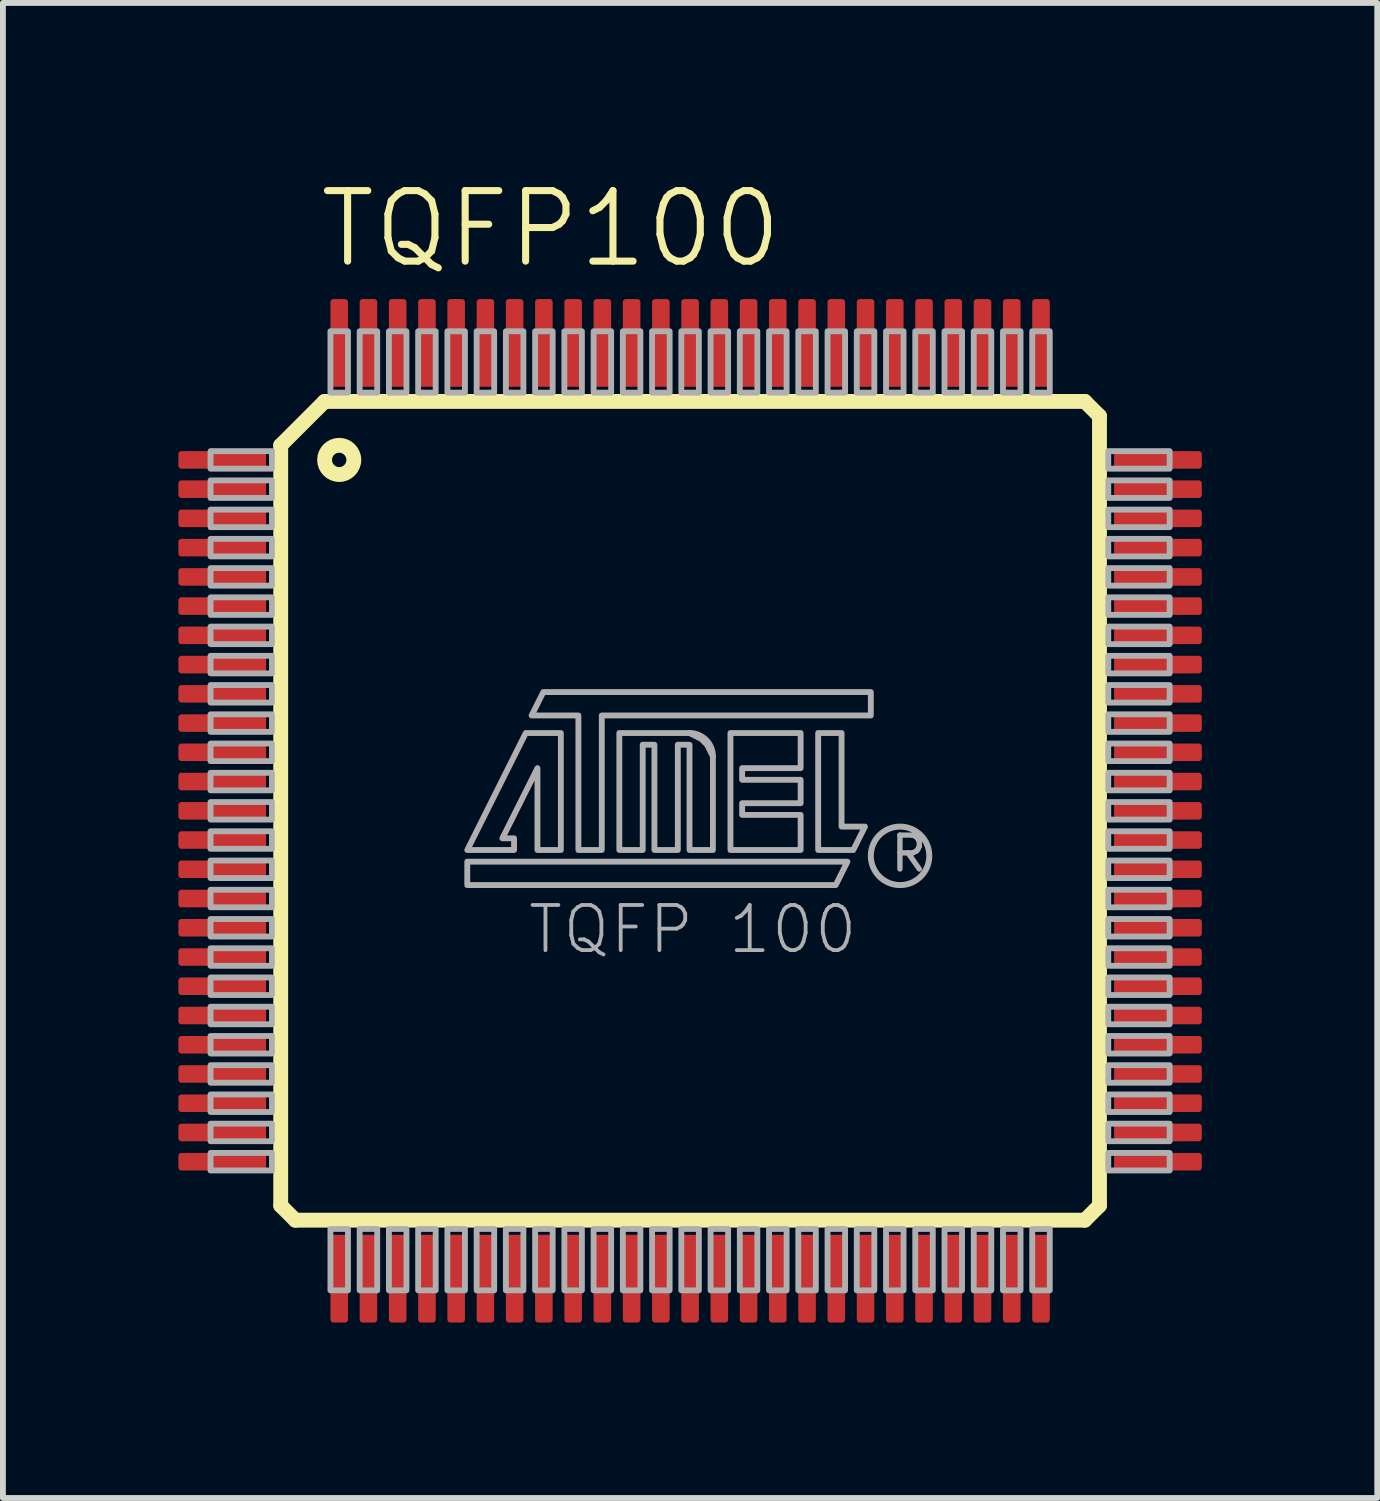
<source format=kicad_pcb>
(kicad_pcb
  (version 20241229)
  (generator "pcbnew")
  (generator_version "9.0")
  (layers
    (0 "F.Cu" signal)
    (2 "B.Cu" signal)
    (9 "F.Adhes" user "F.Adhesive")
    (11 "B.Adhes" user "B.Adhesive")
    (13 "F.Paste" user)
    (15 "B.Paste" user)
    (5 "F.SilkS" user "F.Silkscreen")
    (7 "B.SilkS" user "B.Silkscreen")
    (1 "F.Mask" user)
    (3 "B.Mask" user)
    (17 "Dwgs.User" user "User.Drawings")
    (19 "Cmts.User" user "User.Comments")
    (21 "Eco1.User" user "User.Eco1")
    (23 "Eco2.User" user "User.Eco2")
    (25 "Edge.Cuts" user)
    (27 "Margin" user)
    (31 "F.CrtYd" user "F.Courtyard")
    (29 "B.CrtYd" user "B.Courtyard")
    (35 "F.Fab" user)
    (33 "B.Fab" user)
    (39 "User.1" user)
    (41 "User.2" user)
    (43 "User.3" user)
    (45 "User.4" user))
  (footprint "TQFP100"
    (layer "F.Cu")
    (at 8.75 10.814)
    (property "Reference" "TQFP100" (at -6.395 -9.245 0) (layer "F.SilkS") (effects (font (size 1.206 1.206) (thickness 0.121)) (justify left bottom)))
    (attr through_hole)
    (fp_line (start -7 -6.25) (end -6.25 -7) (stroke (width 0.254) (type solid)) (layer "F.SilkS"))
    (fp_line (start -7 6.75) (end -7 -6.25) (stroke (width 0.254) (type solid)) (layer "F.SilkS"))
    (fp_line (start -6.75 7) (end -7 6.75) (stroke (width 0.254) (type solid)) (layer "F.SilkS"))
    (fp_line (start -6.25 -7) (end 6.75 -7) (stroke (width 0.254) (type solid)) (layer "F.SilkS"))
    (fp_line (start 6.75 -7) (end 7 -6.75) (stroke (width 0.254) (type solid)) (layer "F.SilkS"))
    (fp_line (start 6.75 7) (end -6.75 7) (stroke (width 0.254) (type solid)) (layer "F.SilkS"))
    (fp_line (start 7 -6.75) (end 7 6.75) (stroke (width 0.254) (type solid)) (layer "F.SilkS"))
    (fp_line (start 7 6.75) (end 6.75 7) (stroke (width 0.254) (type solid)) (layer "F.SilkS"))
    (fp_circle (center -6 -6) (end -5.75 -6) (stroke (width 0.254) (type solid)) (fill no) (layer "F.SilkS"))
    (fp_arc (start -0.0099 -1.3298) (mid 0.272872 -1.212672) (end 0.39 -0.9299) (stroke (width 0.1016) (type solid)) (layer "F.Fab"))
    (fp_circle (center 3.59 0.77) (end 4.09 0.77) (stroke (width 0.102) (type solid)) (fill no) (layer "F.Fab"))
    (fp_poly (pts (xy -8.2 -5.85) (xy -7.15 -5.85) (xy -7.15 -6.15) (xy -8.2 -6.15)) (stroke (width 0.1) (type solid)) (fill no) (layer "F.Fab"))
    (fp_poly (pts (xy -8.2 -5.35) (xy -7.15 -5.35) (xy -7.15 -5.65) (xy -8.2 -5.65)) (stroke (width 0.1) (type solid)) (fill no) (layer "F.Fab"))
    (fp_poly (pts (xy -8.2 -4.85) (xy -7.15 -4.85) (xy -7.15 -5.15) (xy -8.2 -5.15)) (stroke (width 0.1) (type solid)) (fill no) (layer "F.Fab"))
    (fp_poly (pts (xy -8.2 -4.35) (xy -7.15 -4.35) (xy -7.15 -4.65) (xy -8.2 -4.65)) (stroke (width 0.1) (type solid)) (fill no) (layer "F.Fab"))
    (fp_poly (pts (xy -8.2 -3.85) (xy -7.15 -3.85) (xy -7.15 -4.15) (xy -8.2 -4.15)) (stroke (width 0.1) (type solid)) (fill no) (layer "F.Fab"))
    (fp_poly (pts (xy -8.2 -3.35) (xy -7.15 -3.35) (xy -7.15 -3.65) (xy -8.2 -3.65)) (stroke (width 0.1) (type solid)) (fill no) (layer "F.Fab"))
    (fp_poly (pts (xy -8.2 -2.85) (xy -7.15 -2.85) (xy -7.15 -3.15) (xy -8.2 -3.15)) (stroke (width 0.1) (type solid)) (fill no) (layer "F.Fab"))
    (fp_poly (pts (xy -8.2 -2.35) (xy -7.15 -2.35) (xy -7.15 -2.65) (xy -8.2 -2.65)) (stroke (width 0.1) (type solid)) (fill no) (layer "F.Fab"))
    (fp_poly (pts (xy -8.2 -1.85) (xy -7.15 -1.85) (xy -7.15 -2.15) (xy -8.2 -2.15)) (stroke (width 0.1) (type solid)) (fill no) (layer "F.Fab"))
    (fp_poly (pts (xy -8.2 -1.35) (xy -7.15 -1.35) (xy -7.15 -1.65) (xy -8.2 -1.65)) (stroke (width 0.1) (type solid)) (fill no) (layer "F.Fab"))
    (fp_poly (pts (xy -8.2 -0.85) (xy -7.15 -0.85) (xy -7.15 -1.15) (xy -8.2 -1.15)) (stroke (width 0.1) (type solid)) (fill no) (layer "F.Fab"))
    (fp_poly (pts (xy -8.2 -0.35) (xy -7.15 -0.35) (xy -7.15 -0.65) (xy -8.2 -0.65)) (stroke (width 0.1) (type solid)) (fill no) (layer "F.Fab"))
    (fp_poly (pts (xy -8.2 0.15) (xy -7.15 0.15) (xy -7.15 -0.15) (xy -8.2 -0.15)) (stroke (width 0.1) (type solid)) (fill no) (layer "F.Fab"))
    (fp_poly (pts (xy -8.2 0.65) (xy -7.15 0.65) (xy -7.15 0.35) (xy -8.2 0.35)) (stroke (width 0.1) (type solid)) (fill no) (layer "F.Fab"))
    (fp_poly (pts (xy -8.2 1.15) (xy -7.15 1.15) (xy -7.15 0.85) (xy -8.2 0.85)) (stroke (width 0.1) (type solid)) (fill no) (layer "F.Fab"))
    (fp_poly (pts (xy -8.2 1.65) (xy -7.15 1.65) (xy -7.15 1.35) (xy -8.2 1.35)) (stroke (width 0.1) (type solid)) (fill no) (layer "F.Fab"))
    (fp_poly (pts (xy -8.2 2.15) (xy -7.15 2.15) (xy -7.15 1.85) (xy -8.2 1.85)) (stroke (width 0.1) (type solid)) (fill no) (layer "F.Fab"))
    (fp_poly (pts (xy -8.2 2.65) (xy -7.15 2.65) (xy -7.15 2.35) (xy -8.2 2.35)) (stroke (width 0.1) (type solid)) (fill no) (layer "F.Fab"))
    (fp_poly (pts (xy -8.2 3.15) (xy -7.15 3.15) (xy -7.15 2.85) (xy -8.2 2.85)) (stroke (width 0.1) (type solid)) (fill no) (layer "F.Fab"))
    (fp_poly (pts (xy -8.2 3.65) (xy -7.15 3.65) (xy -7.15 3.35) (xy -8.2 3.35)) (stroke (width 0.1) (type solid)) (fill no) (layer "F.Fab"))
    (fp_poly (pts (xy -8.2 4.15) (xy -7.15 4.15) (xy -7.15 3.85) (xy -8.2 3.85)) (stroke (width 0.1) (type solid)) (fill no) (layer "F.Fab"))
    (fp_poly (pts (xy -8.2 4.65) (xy -7.15 4.65) (xy -7.15 4.35) (xy -8.2 4.35)) (stroke (width 0.1) (type solid)) (fill no) (layer "F.Fab"))
    (fp_poly (pts (xy -8.2 5.15) (xy -7.15 5.15) (xy -7.15 4.85) (xy -8.2 4.85)) (stroke (width 0.1) (type solid)) (fill no) (layer "F.Fab"))
    (fp_poly (pts (xy -8.2 5.65) (xy -7.15 5.65) (xy -7.15 5.35) (xy -8.2 5.35)) (stroke (width 0.1) (type solid)) (fill no) (layer "F.Fab"))
    (fp_poly (pts (xy -8.2 6.15) (xy -7.15 6.15) (xy -7.15 5.85) (xy -8.2 5.85)) (stroke (width 0.1) (type solid)) (fill no) (layer "F.Fab"))
    (fp_poly (pts (xy -6.15 -7.15) (xy -5.85 -7.15) (xy -5.85 -8.2) (xy -6.15 -8.2)) (stroke (width 0.1) (type solid)) (fill no) (layer "F.Fab"))
    (fp_poly (pts (xy -6.15 8.2) (xy -5.85 8.2) (xy -5.85 7.15) (xy -6.15 7.15)) (stroke (width 0.1) (type solid)) (fill no) (layer "F.Fab"))
    (fp_poly (pts (xy -5.65 -7.15) (xy -5.35 -7.15) (xy -5.35 -8.2) (xy -5.65 -8.2)) (stroke (width 0.1) (type solid)) (fill no) (layer "F.Fab"))
    (fp_poly (pts (xy -5.65 8.2) (xy -5.35 8.2) (xy -5.35 7.15) (xy -5.65 7.15)) (stroke (width 0.1) (type solid)) (fill no) (layer "F.Fab"))
    (fp_poly (pts (xy -5.15 -7.15) (xy -4.85 -7.15) (xy -4.85 -8.2) (xy -5.15 -8.2)) (stroke (width 0.1) (type solid)) (fill no) (layer "F.Fab"))
    (fp_poly (pts (xy -5.15 8.2) (xy -4.85 8.2) (xy -4.85 7.15) (xy -5.15 7.15)) (stroke (width 0.1) (type solid)) (fill no) (layer "F.Fab"))
    (fp_poly (pts (xy -4.65 -7.15) (xy -4.35 -7.15) (xy -4.35 -8.2) (xy -4.65 -8.2)) (stroke (width 0.1) (type solid)) (fill no) (layer "F.Fab"))
    (fp_poly (pts (xy -4.65 8.2) (xy -4.35 8.2) (xy -4.35 7.15) (xy -4.65 7.15)) (stroke (width 0.1) (type solid)) (fill no) (layer "F.Fab"))
    (fp_poly (pts (xy -4.15 -7.15) (xy -3.85 -7.15) (xy -3.85 -8.2) (xy -4.15 -8.2)) (stroke (width 0.1) (type solid)) (fill no) (layer "F.Fab"))
    (fp_poly (pts (xy -4.15 8.2) (xy -3.85 8.2) (xy -3.85 7.15) (xy -4.15 7.15)) (stroke (width 0.1) (type solid)) (fill no) (layer "F.Fab"))
    (fp_poly (pts (xy -3.81 0.87) (xy -3.81 1.27) (xy 2.49 1.27) (xy 2.69 0.87)) (stroke (width 0.1) (type solid)) (fill no) (layer "F.Fab"))
    (fp_poly (pts (xy -3.65 -7.15) (xy -3.35 -7.15) (xy -3.35 -8.2) (xy -3.65 -8.2)) (stroke (width 0.1) (type solid)) (fill no) (layer "F.Fab"))
    (fp_poly (pts (xy -3.65 8.2) (xy -3.35 8.2) (xy -3.35 7.15) (xy -3.65 7.15)) (stroke (width 0.1) (type solid)) (fill no) (layer "F.Fab"))
    (fp_poly (pts (xy -3.15 -7.15) (xy -2.85 -7.15) (xy -2.85 -8.2) (xy -3.15 -8.2)) (stroke (width 0.1) (type solid)) (fill no) (layer "F.Fab"))
    (fp_poly (pts (xy -3.15 8.2) (xy -2.85 8.2) (xy -2.85 7.15) (xy -3.15 7.15)) (stroke (width 0.1) (type solid)) (fill no) (layer "F.Fab"))
    (fp_poly (pts (xy -2.65 -7.15) (xy -2.35 -7.15) (xy -2.35 -8.2) (xy -2.65 -8.2)) (stroke (width 0.1) (type solid)) (fill no) (layer "F.Fab"))
    (fp_poly (pts (xy -2.65 8.2) (xy -2.35 8.2) (xy -2.35 7.15) (xy -2.65 7.15)) (stroke (width 0.1) (type solid)) (fill no) (layer "F.Fab"))
    (fp_poly (pts (xy -2.15 -7.15) (xy -1.85 -7.15) (xy -1.85 -8.2) (xy -2.15 -8.2)) (stroke (width 0.1) (type solid)) (fill no) (layer "F.Fab"))
    (fp_poly (pts (xy -2.15 8.2) (xy -1.85 8.2) (xy -1.85 7.15) (xy -2.15 7.15)) (stroke (width 0.1) (type solid)) (fill no) (layer "F.Fab"))
    (fp_poly (pts (xy -1.65 -7.15) (xy -1.35 -7.15) (xy -1.35 -8.2) (xy -1.65 -8.2)) (stroke (width 0.1) (type solid)) (fill no) (layer "F.Fab"))
    (fp_poly (pts (xy -1.65 8.2) (xy -1.35 8.2) (xy -1.35 7.15) (xy -1.65 7.15)) (stroke (width 0.1) (type solid)) (fill no) (layer "F.Fab"))
    (fp_poly (pts (xy -1.15 -7.15) (xy -0.85 -7.15) (xy -0.85 -8.2) (xy -1.15 -8.2)) (stroke (width 0.1) (type solid)) (fill no) (layer "F.Fab"))
    (fp_poly (pts (xy -1.15 8.2) (xy -0.85 8.2) (xy -0.85 7.15) (xy -1.15 7.15)) (stroke (width 0.1) (type solid)) (fill no) (layer "F.Fab"))
    (fp_poly (pts (xy -0.65 -7.15) (xy -0.35 -7.15) (xy -0.35 -8.2) (xy -0.65 -8.2)) (stroke (width 0.1) (type solid)) (fill no) (layer "F.Fab"))
    (fp_poly (pts (xy -0.65 8.2) (xy -0.35 8.2) (xy -0.35 7.15) (xy -0.65 7.15)) (stroke (width 0.1) (type solid)) (fill no) (layer "F.Fab"))
    (fp_poly (pts (xy -0.15 -7.15) (xy 0.15 -7.15) (xy 0.15 -8.2) (xy -0.15 -8.2)) (stroke (width 0.1) (type solid)) (fill no) (layer "F.Fab"))
    (fp_poly (pts (xy -0.15 8.2) (xy 0.15 8.2) (xy 0.15 7.15) (xy -0.15 7.15)) (stroke (width 0.1) (type solid)) (fill no) (layer "F.Fab"))
    (fp_poly (pts (xy 0.35 -7.15) (xy 0.65 -7.15) (xy 0.65 -8.2) (xy 0.35 -8.2)) (stroke (width 0.1) (type solid)) (fill no) (layer "F.Fab"))
    (fp_poly (pts (xy 0.35 8.2) (xy 0.65 8.2) (xy 0.65 7.15) (xy 0.35 7.15)) (stroke (width 0.1) (type solid)) (fill no) (layer "F.Fab"))
    (fp_poly (pts (xy 0.85 -7.15) (xy 1.15 -7.15) (xy 1.15 -8.2) (xy 0.85 -8.2)) (stroke (width 0.1) (type solid)) (fill no) (layer "F.Fab"))
    (fp_poly (pts (xy 0.85 8.2) (xy 1.15 8.2) (xy 1.15 7.15) (xy 0.85 7.15)) (stroke (width 0.1) (type solid)) (fill no) (layer "F.Fab"))
    (fp_poly (pts (xy 1.35 -7.15) (xy 1.65 -7.15) (xy 1.65 -8.2) (xy 1.35 -8.2)) (stroke (width 0.1) (type solid)) (fill no) (layer "F.Fab"))
    (fp_poly (pts (xy 1.35 8.2) (xy 1.65 8.2) (xy 1.65 7.15) (xy 1.35 7.15)) (stroke (width 0.1) (type solid)) (fill no) (layer "F.Fab"))
    (fp_poly (pts (xy 1.85 -7.15) (xy 2.15 -7.15) (xy 2.15 -8.2) (xy 1.85 -8.2)) (stroke (width 0.1) (type solid)) (fill no) (layer "F.Fab"))
    (fp_poly (pts (xy 1.85 8.2) (xy 2.15 8.2) (xy 2.15 7.15) (xy 1.85 7.15)) (stroke (width 0.1) (type solid)) (fill no) (layer "F.Fab"))
    (fp_poly (pts (xy 2.35 -7.15) (xy 2.65 -7.15) (xy 2.65 -8.2) (xy 2.35 -8.2)) (stroke (width 0.1) (type solid)) (fill no) (layer "F.Fab"))
    (fp_poly (pts (xy 2.35 8.2) (xy 2.65 8.2) (xy 2.65 7.15) (xy 2.35 7.15)) (stroke (width 0.1) (type solid)) (fill no) (layer "F.Fab"))
    (fp_poly (pts (xy 2.85 -7.15) (xy 3.15 -7.15) (xy 3.15 -8.2) (xy 2.85 -8.2)) (stroke (width 0.1) (type solid)) (fill no) (layer "F.Fab"))
    (fp_poly (pts (xy 2.85 8.2) (xy 3.15 8.2) (xy 3.15 7.15) (xy 2.85 7.15)) (stroke (width 0.1) (type solid)) (fill no) (layer "F.Fab"))
    (fp_poly (pts (xy 3.35 -7.15) (xy 3.65 -7.15) (xy 3.65 -8.2) (xy 3.35 -8.2)) (stroke (width 0.1) (type solid)) (fill no) (layer "F.Fab"))
    (fp_poly (pts (xy 3.35 8.2) (xy 3.65 8.2) (xy 3.65 7.15) (xy 3.35 7.15)) (stroke (width 0.1) (type solid)) (fill no) (layer "F.Fab"))
    (fp_poly (pts (xy 3.85 -7.15) (xy 4.15 -7.15) (xy 4.15 -8.2) (xy 3.85 -8.2)) (stroke (width 0.1) (type solid)) (fill no) (layer "F.Fab"))
    (fp_poly (pts (xy 3.85 8.2) (xy 4.15 8.2) (xy 4.15 7.15) (xy 3.85 7.15)) (stroke (width 0.1) (type solid)) (fill no) (layer "F.Fab"))
    (fp_poly (pts (xy 4.35 -7.15) (xy 4.65 -7.15) (xy 4.65 -8.2) (xy 4.35 -8.2)) (stroke (width 0.1) (type solid)) (fill no) (layer "F.Fab"))
    (fp_poly (pts (xy 4.35 8.2) (xy 4.65 8.2) (xy 4.65 7.15) (xy 4.35 7.15)) (stroke (width 0.1) (type solid)) (fill no) (layer "F.Fab"))
    (fp_poly (pts (xy 4.85 -7.15) (xy 5.15 -7.15) (xy 5.15 -8.2) (xy 4.85 -8.2)) (stroke (width 0.1) (type solid)) (fill no) (layer "F.Fab"))
    (fp_poly (pts (xy 4.85 8.2) (xy 5.15 8.2) (xy 5.15 7.15) (xy 4.85 7.15)) (stroke (width 0.1) (type solid)) (fill no) (layer "F.Fab"))
    (fp_poly (pts (xy 5.35 -7.15) (xy 5.65 -7.15) (xy 5.65 -8.2) (xy 5.35 -8.2)) (stroke (width 0.1) (type solid)) (fill no) (layer "F.Fab"))
    (fp_poly (pts (xy 5.35 8.2) (xy 5.65 8.2) (xy 5.65 7.15) (xy 5.35 7.15)) (stroke (width 0.1) (type solid)) (fill no) (layer "F.Fab"))
    (fp_poly (pts (xy 5.85 -7.15) (xy 6.15 -7.15) (xy 6.15 -8.2) (xy 5.85 -8.2)) (stroke (width 0.1) (type solid)) (fill no) (layer "F.Fab"))
    (fp_poly (pts (xy 5.85 8.2) (xy 6.15 8.2) (xy 6.15 7.15) (xy 5.85 7.15)) (stroke (width 0.1) (type solid)) (fill no) (layer "F.Fab"))
    (fp_poly (pts (xy 7.15 -5.85) (xy 8.2 -5.85) (xy 8.2 -6.15) (xy 7.15 -6.15)) (stroke (width 0.1) (type solid)) (fill no) (layer "F.Fab"))
    (fp_poly (pts (xy 7.15 -5.35) (xy 8.2 -5.35) (xy 8.2 -5.65) (xy 7.15 -5.65)) (stroke (width 0.1) (type solid)) (fill no) (layer "F.Fab"))
    (fp_poly (pts (xy 7.15 -4.85) (xy 8.2 -4.85) (xy 8.2 -5.15) (xy 7.15 -5.15)) (stroke (width 0.1) (type solid)) (fill no) (layer "F.Fab"))
    (fp_poly (pts (xy 7.15 -4.35) (xy 8.2 -4.35) (xy 8.2 -4.65) (xy 7.15 -4.65)) (stroke (width 0.1) (type solid)) (fill no) (layer "F.Fab"))
    (fp_poly (pts (xy 7.15 -3.85) (xy 8.2 -3.85) (xy 8.2 -4.15) (xy 7.15 -4.15)) (stroke (width 0.1) (type solid)) (fill no) (layer "F.Fab"))
    (fp_poly (pts (xy 7.15 -3.35) (xy 8.2 -3.35) (xy 8.2 -3.65) (xy 7.15 -3.65)) (stroke (width 0.1) (type solid)) (fill no) (layer "F.Fab"))
    (fp_poly (pts (xy 7.15 -2.85) (xy 8.2 -2.85) (xy 8.2 -3.15) (xy 7.15 -3.15)) (stroke (width 0.1) (type solid)) (fill no) (layer "F.Fab"))
    (fp_poly (pts (xy 7.15 -2.35) (xy 8.2 -2.35) (xy 8.2 -2.65) (xy 7.15 -2.65)) (stroke (width 0.1) (type solid)) (fill no) (layer "F.Fab"))
    (fp_poly (pts (xy 7.15 -1.85) (xy 8.2 -1.85) (xy 8.2 -2.15) (xy 7.15 -2.15)) (stroke (width 0.1) (type solid)) (fill no) (layer "F.Fab"))
    (fp_poly (pts (xy 7.15 -1.35) (xy 8.2 -1.35) (xy 8.2 -1.65) (xy 7.15 -1.65)) (stroke (width 0.1) (type solid)) (fill no) (layer "F.Fab"))
    (fp_poly (pts (xy 7.15 -0.85) (xy 8.2 -0.85) (xy 8.2 -1.15) (xy 7.15 -1.15)) (stroke (width 0.1) (type solid)) (fill no) (layer "F.Fab"))
    (fp_poly (pts (xy 7.15 -0.35) (xy 8.2 -0.35) (xy 8.2 -0.65) (xy 7.15 -0.65)) (stroke (width 0.1) (type solid)) (fill no) (layer "F.Fab"))
    (fp_poly (pts (xy 7.15 0.15) (xy 8.2 0.15) (xy 8.2 -0.15) (xy 7.15 -0.15)) (stroke (width 0.1) (type solid)) (fill no) (layer "F.Fab"))
    (fp_poly (pts (xy 7.15 0.65) (xy 8.2 0.65) (xy 8.2 0.35) (xy 7.15 0.35)) (stroke (width 0.1) (type solid)) (fill no) (layer "F.Fab"))
    (fp_poly (pts (xy 7.15 1.15) (xy 8.2 1.15) (xy 8.2 0.85) (xy 7.15 0.85)) (stroke (width 0.1) (type solid)) (fill no) (layer "F.Fab"))
    (fp_poly (pts (xy 7.15 1.65) (xy 8.2 1.65) (xy 8.2 1.35) (xy 7.15 1.35)) (stroke (width 0.1) (type solid)) (fill no) (layer "F.Fab"))
    (fp_poly (pts (xy 7.15 2.15) (xy 8.2 2.15) (xy 8.2 1.85) (xy 7.15 1.85)) (stroke (width 0.1) (type solid)) (fill no) (layer "F.Fab"))
    (fp_poly (pts (xy 7.15 2.65) (xy 8.2 2.65) (xy 8.2 2.35) (xy 7.15 2.35)) (stroke (width 0.1) (type solid)) (fill no) (layer "F.Fab"))
    (fp_poly (pts (xy 7.15 3.15) (xy 8.2 3.15) (xy 8.2 2.85) (xy 7.15 2.85)) (stroke (width 0.1) (type solid)) (fill no) (layer "F.Fab"))
    (fp_poly (pts (xy 7.15 3.65) (xy 8.2 3.65) (xy 8.2 3.35) (xy 7.15 3.35)) (stroke (width 0.1) (type solid)) (fill no) (layer "F.Fab"))
    (fp_poly (pts (xy 7.15 4.15) (xy 8.2 4.15) (xy 8.2 3.85) (xy 7.15 3.85)) (stroke (width 0.1) (type solid)) (fill no) (layer "F.Fab"))
    (fp_poly (pts (xy 7.15 4.65) (xy 8.2 4.65) (xy 8.2 4.35) (xy 7.15 4.35)) (stroke (width 0.1) (type solid)) (fill no) (layer "F.Fab"))
    (fp_poly (pts (xy 7.15 5.15) (xy 8.2 5.15) (xy 8.2 4.85) (xy 7.15 4.85)) (stroke (width 0.1) (type solid)) (fill no) (layer "F.Fab"))
    (fp_poly (pts (xy 7.15 5.65) (xy 8.2 5.65) (xy 8.2 5.35) (xy 7.15 5.35)) (stroke (width 0.1) (type solid)) (fill no) (layer "F.Fab"))
    (fp_poly (pts (xy 7.15 6.15) (xy 8.2 6.15) (xy 8.2 5.85) (xy 7.15 5.85)) (stroke (width 0.1) (type solid)) (fill no) (layer "F.Fab"))
    (fp_poly (pts (xy 2.19 -1.33) (xy 2.19 0.67) (xy 2.79 0.67) (xy 2.99 0.27) (xy 2.59 0.27) (xy 2.59 -1.33)) (stroke (width 0.1) (type solid)) (fill no) (layer "F.Fab"))
    (fp_poly (pts (xy -2.71 -1.63) (xy -2.51 -2.03) (xy 3.09 -2.03) (xy 3.09 -1.63) (xy -1.51 -1.63) (xy -1.51 0.67) (xy -1.91 0.67) (xy -1.91 -1.63)) (stroke (width 0.1) (type solid)) (fill no) (layer "F.Fab"))
    (fp_poly (pts (xy -3.81 0.67) (xy -2.81 -1.33) (xy -2.21 -1.33) (xy -2.21 0.67) (xy -2.61 0.67) (xy -2.61 -0.73) (xy -3.21 0.47) (xy -3.01 0.47) (xy -3.01 0.67)) (stroke (width 0.1) (type solid)) (fill no) (layer "F.Fab"))
    (fp_poly (pts (xy 0.69 -1.33) (xy 0.69 0.67) (xy 1.89 0.67) (xy 1.89 0.07) (xy 0.89 0.07) (xy 0.89 -0.13) (xy 1.89 -0.13) (xy 1.89 -0.53) (xy 0.89 -0.53) (xy 0.89 -0.73) (xy 1.89 -0.73) (xy 1.89 -1.33)) (stroke (width 0.1) (type solid)) (fill no) (layer "F.Fab"))
    (fp_poly (pts (xy -1.21 -1.33) (xy -1.21 0.67) (xy -0.81 0.67) (xy -0.81 -1.13) (xy -0.61 -1.13) (xy -0.61 0.67) (xy -0.21 0.67) (xy -0.21 -1.13) (xy -0.01 -1.13) (xy -0.01 0.67) (xy 0.39 0.67) (xy 0.39 -0.93) (xy 0.29 -1.13) (xy 0.19 -1.23) (xy -0.01 -1.33)) (stroke (width 0.1) (type solid)) (fill no) (layer "F.Fab"))
    (fp_text user "TQFP 100" (at -2.81 2.48 0) (layer "F.Fab") (effects (font (size 0.772 0.772) (thickness 0.065)) (justify left bottom)))
    (fp_text user "R" (at 3.39 1.07 0) (layer "F.Fab") (effects (font (size 0.579 0.579) (thickness 0.091)) (justify left bottom)))
    (pad "1" smd roundrect (at -8 -6) (size 1.5 0.3) (layers "F.Cu" "F.Mask" "F.Paste") (roundrect_rratio 0.169))
    (pad "2" smd roundrect (at -8 -5.5) (size 1.5 0.3) (layers "F.Cu" "F.Mask" "F.Paste") (roundrect_rratio 0.169))
    (pad "3" smd roundrect (at -8 -5) (size 1.5 0.3) (layers "F.Cu" "F.Mask" "F.Paste") (roundrect_rratio 0.169))
    (pad "4" smd roundrect (at -8 -4.5) (size 1.5 0.3) (layers "F.Cu" "F.Mask" "F.Paste") (roundrect_rratio 0.169))
    (pad "5" smd roundrect (at -8 -4) (size 1.5 0.3) (layers "F.Cu" "F.Mask" "F.Paste") (roundrect_rratio 0.169))
    (pad "6" smd roundrect (at -8 -3.5) (size 1.5 0.3) (layers "F.Cu" "F.Mask" "F.Paste") (roundrect_rratio 0.169))
    (pad "7" smd roundrect (at -8 -3) (size 1.5 0.3) (layers "F.Cu" "F.Mask" "F.Paste") (roundrect_rratio 0.169))
    (pad "8" smd roundrect (at -8 -2.5) (size 1.5 0.3) (layers "F.Cu" "F.Mask" "F.Paste") (roundrect_rratio 0.169))
    (pad "9" smd roundrect (at -8 -2) (size 1.5 0.3) (layers "F.Cu" "F.Mask" "F.Paste") (roundrect_rratio 0.169))
    (pad "10" smd roundrect (at -8 -1.5) (size 1.5 0.3) (layers "F.Cu" "F.Mask" "F.Paste") (roundrect_rratio 0.169))
    (pad "11" smd roundrect (at -8 -1) (size 1.5 0.3) (layers "F.Cu" "F.Mask" "F.Paste") (roundrect_rratio 0.169))
    (pad "12" smd roundrect (at -8 -0.5) (size 1.5 0.3) (layers "F.Cu" "F.Mask" "F.Paste") (roundrect_rratio 0.169))
    (pad "13" smd roundrect (at -8 0) (size 1.5 0.3) (layers "F.Cu" "F.Mask" "F.Paste") (roundrect_rratio 0.169))
    (pad "14" smd roundrect (at -8 0.5) (size 1.5 0.3) (layers "F.Cu" "F.Mask" "F.Paste") (roundrect_rratio 0.169))
    (pad "15" smd roundrect (at -8 1) (size 1.5 0.3) (layers "F.Cu" "F.Mask" "F.Paste") (roundrect_rratio 0.169))
    (pad "16" smd roundrect (at -8 1.5) (size 1.5 0.3) (layers "F.Cu" "F.Mask" "F.Paste") (roundrect_rratio 0.169))
    (pad "17" smd roundrect (at -8 2) (size 1.5 0.3) (layers "F.Cu" "F.Mask" "F.Paste") (roundrect_rratio 0.169))
    (pad "18" smd roundrect (at -8 2.5) (size 1.5 0.3) (layers "F.Cu" "F.Mask" "F.Paste") (roundrect_rratio 0.169))
    (pad "19" smd roundrect (at -8 3) (size 1.5 0.3) (layers "F.Cu" "F.Mask" "F.Paste") (roundrect_rratio 0.169))
    (pad "20" smd roundrect (at -8 3.5) (size 1.5 0.3) (layers "F.Cu" "F.Mask" "F.Paste") (roundrect_rratio 0.169))
    (pad "21" smd roundrect (at -8 4) (size 1.5 0.3) (layers "F.Cu" "F.Mask" "F.Paste") (roundrect_rratio 0.169))
    (pad "22" smd roundrect (at -8 4.5) (size 1.5 0.3) (layers "F.Cu" "F.Mask" "F.Paste") (roundrect_rratio 0.169))
    (pad "23" smd roundrect (at -8 5) (size 1.5 0.3) (layers "F.Cu" "F.Mask" "F.Paste") (roundrect_rratio 0.169))
    (pad "24" smd roundrect (at -8 5.5) (size 1.5 0.3) (layers "F.Cu" "F.Mask" "F.Paste") (roundrect_rratio 0.169))
    (pad "25" smd roundrect (at -8 6) (size 1.5 0.3) (layers "F.Cu" "F.Mask" "F.Paste") (roundrect_rratio 0.169))
    (pad "26" smd roundrect (at -6 8) (size 0.3 1.5) (layers "F.Cu" "F.Mask" "F.Paste") (roundrect_rratio 0.169))
    (pad "27" smd roundrect (at -5.5 8) (size 0.3 1.5) (layers "F.Cu" "F.Mask" "F.Paste") (roundrect_rratio 0.169))
    (pad "28" smd roundrect (at -5 8) (size 0.3 1.5) (layers "F.Cu" "F.Mask" "F.Paste") (roundrect_rratio 0.169))
    (pad "29" smd roundrect (at -4.5 8) (size 0.3 1.5) (layers "F.Cu" "F.Mask" "F.Paste") (roundrect_rratio 0.169))
    (pad "30" smd roundrect (at -4 8) (size 0.3 1.5) (layers "F.Cu" "F.Mask" "F.Paste") (roundrect_rratio 0.169))
    (pad "31" smd roundrect (at -3.5 8) (size 0.3 1.5) (layers "F.Cu" "F.Mask" "F.Paste") (roundrect_rratio 0.169))
    (pad "32" smd roundrect (at -3 8) (size 0.3 1.5) (layers "F.Cu" "F.Mask" "F.Paste") (roundrect_rratio 0.169))
    (pad "33" smd roundrect (at -2.5 8) (size 0.3 1.5) (layers "F.Cu" "F.Mask" "F.Paste") (roundrect_rratio 0.169))
    (pad "34" smd roundrect (at -2 8) (size 0.3 1.5) (layers "F.Cu" "F.Mask" "F.Paste") (roundrect_rratio 0.169))
    (pad "35" smd roundrect (at -1.5 8) (size 0.3 1.5) (layers "F.Cu" "F.Mask" "F.Paste") (roundrect_rratio 0.169))
    (pad "36" smd roundrect (at -1 8) (size 0.3 1.5) (layers "F.Cu" "F.Mask" "F.Paste") (roundrect_rratio 0.169))
    (pad "37" smd roundrect (at -0.5 8) (size 0.3 1.5) (layers "F.Cu" "F.Mask" "F.Paste") (roundrect_rratio 0.169))
    (pad "38" smd roundrect (at 0 8) (size 0.3 1.5) (layers "F.Cu" "F.Mask" "F.Paste") (roundrect_rratio 0.169))
    (pad "39" smd roundrect (at 0.5 8) (size 0.3 1.5) (layers "F.Cu" "F.Mask" "F.Paste") (roundrect_rratio 0.169))
    (pad "40" smd roundrect (at 1 8) (size 0.3 1.5) (layers "F.Cu" "F.Mask" "F.Paste") (roundrect_rratio 0.169))
    (pad "41" smd roundrect (at 1.5 8) (size 0.3 1.5) (layers "F.Cu" "F.Mask" "F.Paste") (roundrect_rratio 0.169))
    (pad "42" smd roundrect (at 2 8) (size 0.3 1.5) (layers "F.Cu" "F.Mask" "F.Paste") (roundrect_rratio 0.169))
    (pad "43" smd roundrect (at 2.5 8) (size 0.3 1.5) (layers "F.Cu" "F.Mask" "F.Paste") (roundrect_rratio 0.169))
    (pad "44" smd roundrect (at 3 8) (size 0.3 1.5) (layers "F.Cu" "F.Mask" "F.Paste") (roundrect_rratio 0.169))
    (pad "45" smd roundrect (at 3.5 8) (size 0.3 1.5) (layers "F.Cu" "F.Mask" "F.Paste") (roundrect_rratio 0.169))
    (pad "46" smd roundrect (at 4 8) (size 0.3 1.5) (layers "F.Cu" "F.Mask" "F.Paste") (roundrect_rratio 0.169))
    (pad "47" smd roundrect (at 4.5 8) (size 0.3 1.5) (layers "F.Cu" "F.Mask" "F.Paste") (roundrect_rratio 0.169))
    (pad "48" smd roundrect (at 5 8) (size 0.3 1.5) (layers "F.Cu" "F.Mask" "F.Paste") (roundrect_rratio 0.169))
    (pad "49" smd roundrect (at 5.5 8) (size 0.3 1.5) (layers "F.Cu" "F.Mask" "F.Paste") (roundrect_rratio 0.169))
    (pad "50" smd roundrect (at 6 8) (size 0.3 1.5) (layers "F.Cu" "F.Mask" "F.Paste") (roundrect_rratio 0.169))
    (pad "51" smd roundrect (at 8 6) (size 1.5 0.3) (layers "F.Cu" "F.Mask" "F.Paste") (roundrect_rratio 0.169))
    (pad "52" smd roundrect (at 8 5.5) (size 1.5 0.3) (layers "F.Cu" "F.Mask" "F.Paste") (roundrect_rratio 0.169))
    (pad "53" smd roundrect (at 8 5) (size 1.5 0.3) (layers "F.Cu" "F.Mask" "F.Paste") (roundrect_rratio 0.169))
    (pad "54" smd roundrect (at 8 4.5) (size 1.5 0.3) (layers "F.Cu" "F.Mask" "F.Paste") (roundrect_rratio 0.169))
    (pad "55" smd roundrect (at 8 4) (size 1.5 0.3) (layers "F.Cu" "F.Mask" "F.Paste") (roundrect_rratio 0.169))
    (pad "56" smd roundrect (at 8 3.5) (size 1.5 0.3) (layers "F.Cu" "F.Mask" "F.Paste") (roundrect_rratio 0.169))
    (pad "57" smd roundrect (at 8 3) (size 1.5 0.3) (layers "F.Cu" "F.Mask" "F.Paste") (roundrect_rratio 0.169))
    (pad "58" smd roundrect (at 8 2.5) (size 1.5 0.3) (layers "F.Cu" "F.Mask" "F.Paste") (roundrect_rratio 0.169))
    (pad "59" smd roundrect (at 8 2) (size 1.5 0.3) (layers "F.Cu" "F.Mask" "F.Paste") (roundrect_rratio 0.169))
    (pad "60" smd roundrect (at 8 1.5) (size 1.5 0.3) (layers "F.Cu" "F.Mask" "F.Paste") (roundrect_rratio 0.169))
    (pad "61" smd roundrect (at 8 1) (size 1.5 0.3) (layers "F.Cu" "F.Mask" "F.Paste") (roundrect_rratio 0.169))
    (pad "62" smd roundrect (at 8 0.5) (size 1.5 0.3) (layers "F.Cu" "F.Mask" "F.Paste") (roundrect_rratio 0.169))
    (pad "63" smd roundrect (at 8 0) (size 1.5 0.3) (layers "F.Cu" "F.Mask" "F.Paste") (roundrect_rratio 0.169))
    (pad "64" smd roundrect (at 8 -0.5) (size 1.5 0.3) (layers "F.Cu" "F.Mask" "F.Paste") (roundrect_rratio 0.169))
    (pad "65" smd roundrect (at 8 -1) (size 1.5 0.3) (layers "F.Cu" "F.Mask" "F.Paste") (roundrect_rratio 0.169))
    (pad "66" smd roundrect (at 8 -1.5) (size 1.5 0.3) (layers "F.Cu" "F.Mask" "F.Paste") (roundrect_rratio 0.169))
    (pad "67" smd roundrect (at 8 -2) (size 1.5 0.3) (layers "F.Cu" "F.Mask" "F.Paste") (roundrect_rratio 0.169))
    (pad "68" smd roundrect (at 8 -2.5) (size 1.5 0.3) (layers "F.Cu" "F.Mask" "F.Paste") (roundrect_rratio 0.169))
    (pad "69" smd roundrect (at 8 -3) (size 1.5 0.3) (layers "F.Cu" "F.Mask" "F.Paste") (roundrect_rratio 0.169))
    (pad "70" smd roundrect (at 8 -3.5) (size 1.5 0.3) (layers "F.Cu" "F.Mask" "F.Paste") (roundrect_rratio 0.169))
    (pad "71" smd roundrect (at 8 -4) (size 1.5 0.3) (layers "F.Cu" "F.Mask" "F.Paste") (roundrect_rratio 0.169))
    (pad "72" smd roundrect (at 8 -4.5) (size 1.5 0.3) (layers "F.Cu" "F.Mask" "F.Paste") (roundrect_rratio 0.169))
    (pad "73" smd roundrect (at 8 -5) (size 1.5 0.3) (layers "F.Cu" "F.Mask" "F.Paste") (roundrect_rratio 0.169))
    (pad "74" smd roundrect (at 8 -5.5) (size 1.5 0.3) (layers "F.Cu" "F.Mask" "F.Paste") (roundrect_rratio 0.169))
    (pad "75" smd roundrect (at 8 -6) (size 1.5 0.3) (layers "F.Cu" "F.Mask" "F.Paste") (roundrect_rratio 0.169))
    (pad "76" smd roundrect (at 6 -8) (size 0.3 1.5) (layers "F.Cu" "F.Mask" "F.Paste") (roundrect_rratio 0.169))
    (pad "77" smd roundrect (at 5.5 -8) (size 0.3 1.5) (layers "F.Cu" "F.Mask" "F.Paste") (roundrect_rratio 0.169))
    (pad "78" smd roundrect (at 5 -8) (size 0.3 1.5) (layers "F.Cu" "F.Mask" "F.Paste") (roundrect_rratio 0.169))
    (pad "79" smd roundrect (at 4.5 -8) (size 0.3 1.5) (layers "F.Cu" "F.Mask" "F.Paste") (roundrect_rratio 0.169))
    (pad "80" smd roundrect (at 4 -8) (size 0.3 1.5) (layers "F.Cu" "F.Mask" "F.Paste") (roundrect_rratio 0.169))
    (pad "81" smd roundrect (at 3.5 -8) (size 0.3 1.5) (layers "F.Cu" "F.Mask" "F.Paste") (roundrect_rratio 0.169))
    (pad "82" smd roundrect (at 3 -8) (size 0.3 1.5) (layers "F.Cu" "F.Mask" "F.Paste") (roundrect_rratio 0.169))
    (pad "83" smd roundrect (at 2.5 -8) (size 0.3 1.5) (layers "F.Cu" "F.Mask" "F.Paste") (roundrect_rratio 0.169))
    (pad "84" smd roundrect (at 2 -8) (size 0.3 1.5) (layers "F.Cu" "F.Mask" "F.Paste") (roundrect_rratio 0.169))
    (pad "85" smd roundrect (at 1.5 -8) (size 0.3 1.5) (layers "F.Cu" "F.Mask" "F.Paste") (roundrect_rratio 0.169))
    (pad "86" smd roundrect (at 1 -8) (size 0.3 1.5) (layers "F.Cu" "F.Mask" "F.Paste") (roundrect_rratio 0.169))
    (pad "87" smd roundrect (at 0.5 -8) (size 0.3 1.5) (layers "F.Cu" "F.Mask" "F.Paste") (roundrect_rratio 0.169))
    (pad "88" smd roundrect (at 0 -8) (size 0.3 1.5) (layers "F.Cu" "F.Mask" "F.Paste") (roundrect_rratio 0.169))
    (pad "89" smd roundrect (at -0.5 -8) (size 0.3 1.5) (layers "F.Cu" "F.Mask" "F.Paste") (roundrect_rratio 0.169))
    (pad "90" smd roundrect (at -1 -8) (size 0.3 1.5) (layers "F.Cu" "F.Mask" "F.Paste") (roundrect_rratio 0.169))
    (pad "91" smd roundrect (at -1.5 -8) (size 0.3 1.5) (layers "F.Cu" "F.Mask" "F.Paste") (roundrect_rratio 0.169))
    (pad "92" smd roundrect (at -2 -8) (size 0.3 1.5) (layers "F.Cu" "F.Mask" "F.Paste") (roundrect_rratio 0.169))
    (pad "93" smd roundrect (at -2.5 -8) (size 0.3 1.5) (layers "F.Cu" "F.Mask" "F.Paste") (roundrect_rratio 0.169))
    (pad "94" smd roundrect (at -3 -8) (size 0.3 1.5) (layers "F.Cu" "F.Mask" "F.Paste") (roundrect_rratio 0.169))
    (pad "95" smd roundrect (at -3.5 -8) (size 0.3 1.5) (layers "F.Cu" "F.Mask" "F.Paste") (roundrect_rratio 0.169))
    (pad "96" smd roundrect (at -4 -8) (size 0.3 1.5) (layers "F.Cu" "F.Mask" "F.Paste") (roundrect_rratio 0.169))
    (pad "97" smd roundrect (at -4.5 -8) (size 0.3 1.5) (layers "F.Cu" "F.Mask" "F.Paste") (roundrect_rratio 0.169))
    (pad "98" smd roundrect (at -5 -8) (size 0.3 1.5) (layers "F.Cu" "F.Mask" "F.Paste") (roundrect_rratio 0.169))
    (pad "99" smd roundrect (at -5.5 -8) (size 0.3 1.5) (layers "F.Cu" "F.Mask" "F.Paste") (roundrect_rratio 0.169))
    (pad "100" smd roundrect (at -6 -8) (size 0.3 1.5) (layers "F.Cu" "F.Mask" "F.Paste") (roundrect_rratio 0.169)))
  (gr_rect
    (start -3 -3)
    (end 20.5 22.564)
    (stroke (width 0.1) (type default))
    (fill no)
    (layer "Edge.Cuts")))
</source>
